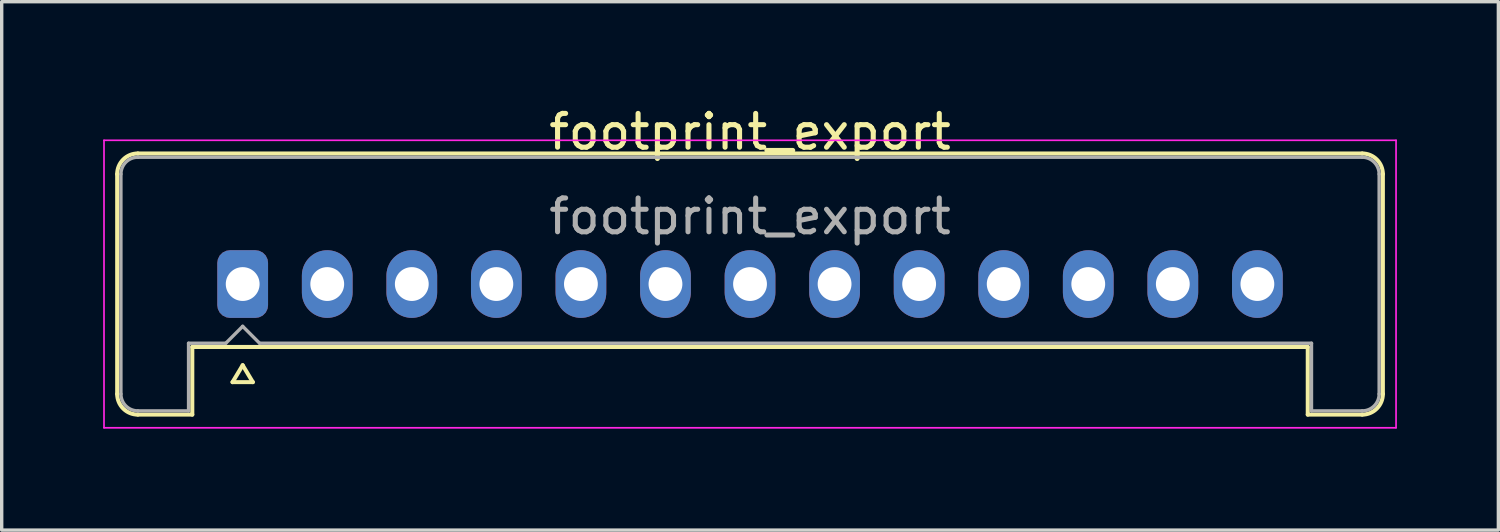
<source format=kicad_pcb>
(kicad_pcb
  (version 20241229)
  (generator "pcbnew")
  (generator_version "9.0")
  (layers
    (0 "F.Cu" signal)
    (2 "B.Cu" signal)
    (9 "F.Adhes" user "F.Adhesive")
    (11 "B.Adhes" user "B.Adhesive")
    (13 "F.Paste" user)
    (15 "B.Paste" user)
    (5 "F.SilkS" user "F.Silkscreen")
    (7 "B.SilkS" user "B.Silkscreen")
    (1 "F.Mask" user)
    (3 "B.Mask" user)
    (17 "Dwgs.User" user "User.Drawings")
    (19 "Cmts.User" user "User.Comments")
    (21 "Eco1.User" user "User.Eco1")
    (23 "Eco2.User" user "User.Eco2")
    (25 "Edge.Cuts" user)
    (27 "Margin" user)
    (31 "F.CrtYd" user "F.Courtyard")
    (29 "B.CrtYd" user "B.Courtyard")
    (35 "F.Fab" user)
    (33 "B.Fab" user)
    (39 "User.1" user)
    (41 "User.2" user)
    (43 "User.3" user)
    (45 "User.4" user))
  (footprint "footprint_export"
    (layer "F.Cu")
    (at 4.125 5.348)
    (property "Reference" "footprint_export" (at 15 -4.5 0) (layer "F.SilkS") (effects (font (size 1 1) (thickness 0.15))))
    (attr through_hole)
    (fp_line (start -3.71 -3.25) (end -3.71 3.25) (stroke (width 0.12) (type solid)) (layer "F.SilkS"))
    (fp_line (start -3.1 -3.86) (end 33.1 -3.86) (stroke (width 0.12) (type solid)) (layer "F.SilkS"))
    (fp_line (start -3.1 3.86) (end -1.49 3.86) (stroke (width 0.12) (type solid)) (layer "F.SilkS"))
    (fp_line (start -1.49 1.86) (end 31.49 1.86) (stroke (width 0.12) (type solid)) (layer "F.SilkS"))
    (fp_line (start -1.49 3.86) (end -1.49 1.86) (stroke (width 0.12) (type solid)) (layer "F.SilkS"))
    (fp_line (start -0.3 2.9) (end 0.3 2.9) (stroke (width 0.12) (type solid)) (layer "F.SilkS"))
    (fp_line (start 0 2.4) (end -0.3 2.9) (stroke (width 0.12) (type solid)) (layer "F.SilkS"))
    (fp_line (start 0.3 2.9) (end 0 2.4) (stroke (width 0.12) (type solid)) (layer "F.SilkS"))
    (fp_line (start 31.49 3.86) (end 31.49 1.86) (stroke (width 0.12) (type solid)) (layer "F.SilkS"))
    (fp_line (start 33.1 3.86) (end 31.49 3.86) (stroke (width 0.12) (type solid)) (layer "F.SilkS"))
    (fp_line (start 33.71 -3.25) (end 33.71 3.25) (stroke (width 0.12) (type solid)) (layer "F.SilkS"))
    (fp_arc (start -3.71 -3.25) (mid -3.531335 -3.681335) (end -3.1 -3.86) (stroke (width 0.12) (type solid)) (layer "F.SilkS"))
    (fp_arc (start -3.1 3.86) (mid -3.531335 3.681335) (end -3.71 3.25) (stroke (width 0.12) (type solid)) (layer "F.SilkS"))
    (fp_arc (start 33.1 -3.86) (mid 33.531335 -3.681335) (end 33.71 -3.25) (stroke (width 0.12) (type solid)) (layer "F.SilkS"))
    (fp_arc (start 33.71 3.25) (mid 33.531335 3.681335) (end 33.1 3.86) (stroke (width 0.12) (type solid)) (layer "F.SilkS"))
    (fp_line (start -4.1 -4.25) (end -4.1 4.25) (stroke (width 0.05) (type solid)) (layer "F.CrtYd"))
    (fp_line (start -4.1 4.25) (end 34.1 4.25) (stroke (width 0.05) (type solid)) (layer "F.CrtYd"))
    (fp_line (start 34.1 -4.25) (end -4.1 -4.25) (stroke (width 0.05) (type solid)) (layer "F.CrtYd"))
    (fp_line (start 34.1 4.25) (end 34.1 -4.25) (stroke (width 0.05) (type solid)) (layer "F.CrtYd"))
    (fp_line (start -3.6 -3.25) (end -3.6 3.25) (stroke (width 0.1) (type solid)) (layer "F.Fab"))
    (fp_line (start -3.1 -3.75) (end 33.1 -3.75) (stroke (width 0.1) (type solid)) (layer "F.Fab"))
    (fp_line (start -3.1 3.75) (end -1.6 3.75) (stroke (width 0.1) (type solid)) (layer "F.Fab"))
    (fp_line (start -1.6 1.75) (end -0.5 1.75) (stroke (width 0.1) (type solid)) (layer "F.Fab"))
    (fp_line (start -1.6 3.75) (end -1.6 1.75) (stroke (width 0.1) (type solid)) (layer "F.Fab"))
    (fp_line (start -0.5 1.75) (end 0 1.25) (stroke (width 0.1) (type solid)) (layer "F.Fab"))
    (fp_line (start 0 1.25) (end 0.5 1.75) (stroke (width 0.1) (type solid)) (layer "F.Fab"))
    (fp_line (start 0.5 1.75) (end 31.6 1.75) (stroke (width 0.1) (type solid)) (layer "F.Fab"))
    (fp_line (start 31.6 3.75) (end 31.6 1.75) (stroke (width 0.1) (type solid)) (layer "F.Fab"))
    (fp_line (start 33.1 3.75) (end 31.6 3.75) (stroke (width 0.1) (type solid)) (layer "F.Fab"))
    (fp_line (start 33.6 -3.25) (end 33.6 3.25) (stroke (width 0.1) (type solid)) (layer "F.Fab"))
    (fp_arc (start -3.6 -3.25) (mid -3.453553 -3.603553) (end -3.1 -3.75) (stroke (width 0.1) (type solid)) (layer "F.Fab"))
    (fp_arc (start -3.1 3.75) (mid -3.453553 3.603553) (end -3.6 3.25) (stroke (width 0.1) (type solid)) (layer "F.Fab"))
    (fp_arc (start 33.1 -3.75) (mid 33.453553 -3.603553) (end 33.6 -3.25) (stroke (width 0.1) (type solid)) (layer "F.Fab"))
    (fp_arc (start 33.6 3.25) (mid 33.453553 3.603553) (end 33.1 3.75) (stroke (width 0.1) (type solid)) (layer "F.Fab"))
    (fp_text user "${REFERENCE}" (at 15 -2 0) (layer "F.Fab") (effects (font (size 1 1) (thickness 0.15))))
    (pad "1" thru_hole roundrect (at 0 0) (size 1.5 2) (drill 1) (layers "*.Cu" "*.Mask") (roundrect_rratio 0.25))
    (pad "2" thru_hole oval (at 2.5 0) (size 1.5 2) (drill 1) (layers "*.Cu" "*.Mask"))
    (pad "3" thru_hole oval (at 5 0) (size 1.5 2) (drill 1) (layers "*.Cu" "*.Mask"))
    (pad "4" thru_hole oval (at 7.5 0) (size 1.5 2) (drill 1) (layers "*.Cu" "*.Mask"))
    (pad "5" thru_hole oval (at 10 0) (size 1.5 2) (drill 1) (layers "*.Cu" "*.Mask"))
    (pad "6" thru_hole oval (at 12.5 0) (size 1.5 2) (drill 1) (layers "*.Cu" "*.Mask"))
    (pad "7" thru_hole oval (at 15 0) (size 1.5 2) (drill 1) (layers "*.Cu" "*.Mask"))
    (pad "8" thru_hole oval (at 17.5 0) (size 1.5 2) (drill 1) (layers "*.Cu" "*.Mask"))
    (pad "9" thru_hole oval (at 20 0) (size 1.5 2) (drill 1) (layers "*.Cu" "*.Mask"))
    (pad "10" thru_hole oval (at 22.5 0) (size 1.5 2) (drill 1) (layers "*.Cu" "*.Mask"))
    (pad "11" thru_hole oval (at 25 0) (size 1.5 2) (drill 1) (layers "*.Cu" "*.Mask"))
    (pad "12" thru_hole oval (at 27.5 0) (size 1.5 2) (drill 1) (layers "*.Cu" "*.Mask"))
    (pad "13" thru_hole oval (at 30 0) (size 1.5 2) (drill 1) (layers "*.Cu" "*.Mask")))
  (gr_rect
    (start -3 -3)
    (end 41.25 12.623)
    (stroke (width 0.1) (type default))
    (fill no)
    (layer "Edge.Cuts")))
</source>
